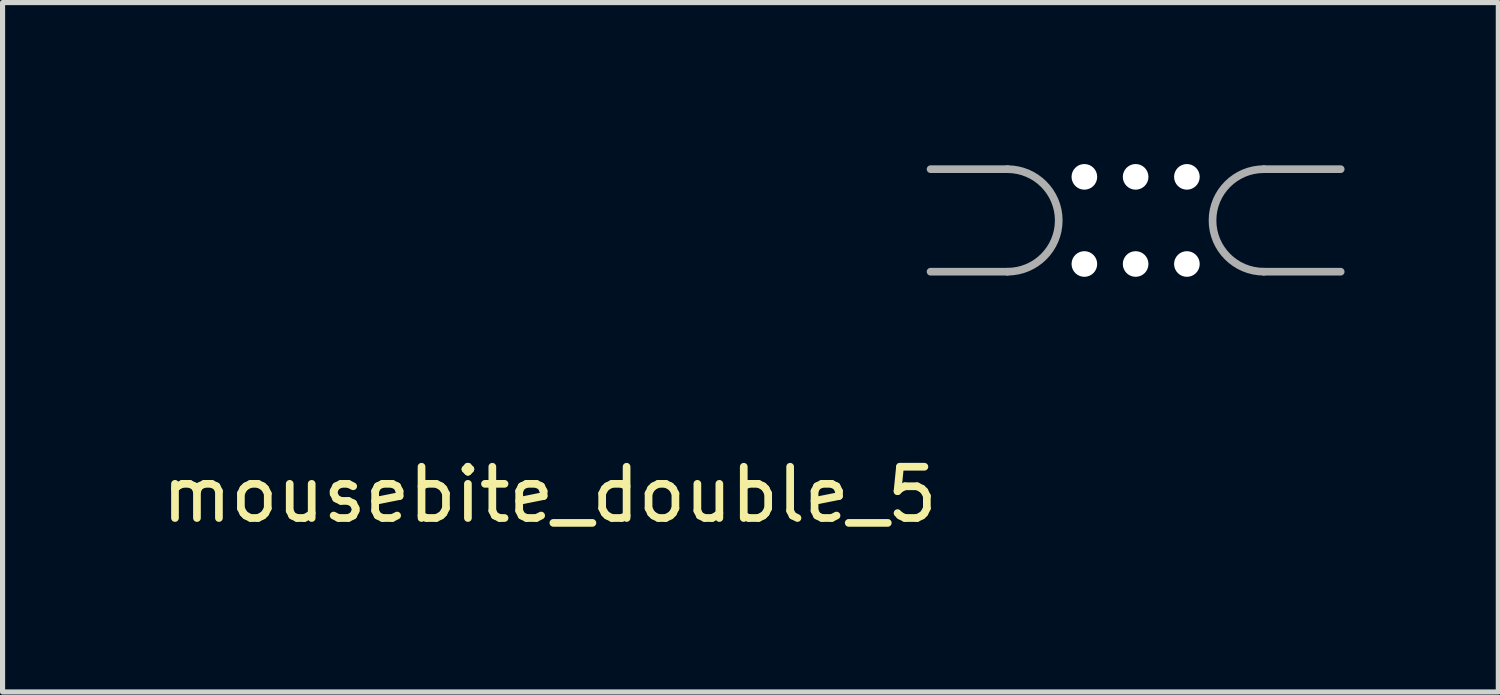
<source format=kicad_pcb>
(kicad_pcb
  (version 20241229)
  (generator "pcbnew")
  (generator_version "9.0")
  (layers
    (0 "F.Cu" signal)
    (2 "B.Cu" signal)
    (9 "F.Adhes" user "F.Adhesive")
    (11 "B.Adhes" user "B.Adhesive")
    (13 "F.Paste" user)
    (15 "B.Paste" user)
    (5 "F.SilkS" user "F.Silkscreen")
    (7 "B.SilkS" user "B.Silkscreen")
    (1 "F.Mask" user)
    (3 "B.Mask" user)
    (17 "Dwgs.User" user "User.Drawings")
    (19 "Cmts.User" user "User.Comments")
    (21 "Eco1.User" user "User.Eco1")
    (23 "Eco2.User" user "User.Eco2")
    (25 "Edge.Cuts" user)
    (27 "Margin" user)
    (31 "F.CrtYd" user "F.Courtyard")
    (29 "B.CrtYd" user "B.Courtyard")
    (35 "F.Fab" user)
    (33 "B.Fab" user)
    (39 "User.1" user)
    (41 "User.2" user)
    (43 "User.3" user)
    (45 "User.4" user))
  (footprint "mousebite_double_5"
    (layer "F.Cu")
    (at 19.103 0.25)
    (property "Reference" "mousebite_double_5" (at -11.43 6.35 0) (layer "F.SilkS") (effects (font (size 1 1) (thickness 0.15))))
    (attr through_hole)
    (fp_line (start -2.5 0) (end -4 0) (stroke (width 0.15) (type solid)) (layer "F.Fab"))
    (fp_line (start -2.5 2) (end -4 2) (stroke (width 0.15) (type solid)) (layer "F.Fab"))
    (fp_line (start 2.5 0) (end 4 0) (stroke (width 0.15) (type solid)) (layer "F.Fab"))
    (fp_line (start 2.5 2) (end 4 2) (stroke (width 0.15) (type solid)) (layer "F.Fab"))
    (fp_arc (start -2.5 0) (mid -1.5 1) (end -2.5 2) (stroke (width 0.15) (type solid)) (layer "F.Fab"))
    (fp_arc (start 2.5 2) (mid 1.5 1) (end 2.5 0) (stroke (width 0.15) (type solid)) (layer "F.Fab"))
    (pad "" np_thru_hole circle (at -1 0.15) (size 0.5 0.5) (drill 0.5) (layers "*.Cu" "*.Mask"))
    (pad "" np_thru_hole circle (at -1 1.85) (size 0.5 0.5) (drill 0.5) (layers "*.Cu" "*.Mask"))
    (pad "" np_thru_hole circle (at 0 0.15) (size 0.5 0.5) (drill 0.5) (layers "*.Cu" "*.Mask"))
    (pad "" np_thru_hole circle (at 0 1.85) (size 0.5 0.5) (drill 0.5) (layers "*.Cu" "*.Mask"))
    (pad "" np_thru_hole circle (at 1 0.15) (size 0.5 0.5) (drill 0.5) (layers "*.Cu" "*.Mask"))
    (pad "" np_thru_hole circle (at 1 1.85) (size 0.5 0.5) (drill 0.5) (layers "*.Cu" "*.Mask")))
  (gr_rect
    (start -3 -3)
    (end 26.178 10.448)
    (stroke (width 0.1) (type default))
    (fill no)
    (layer "Edge.Cuts")))
</source>
